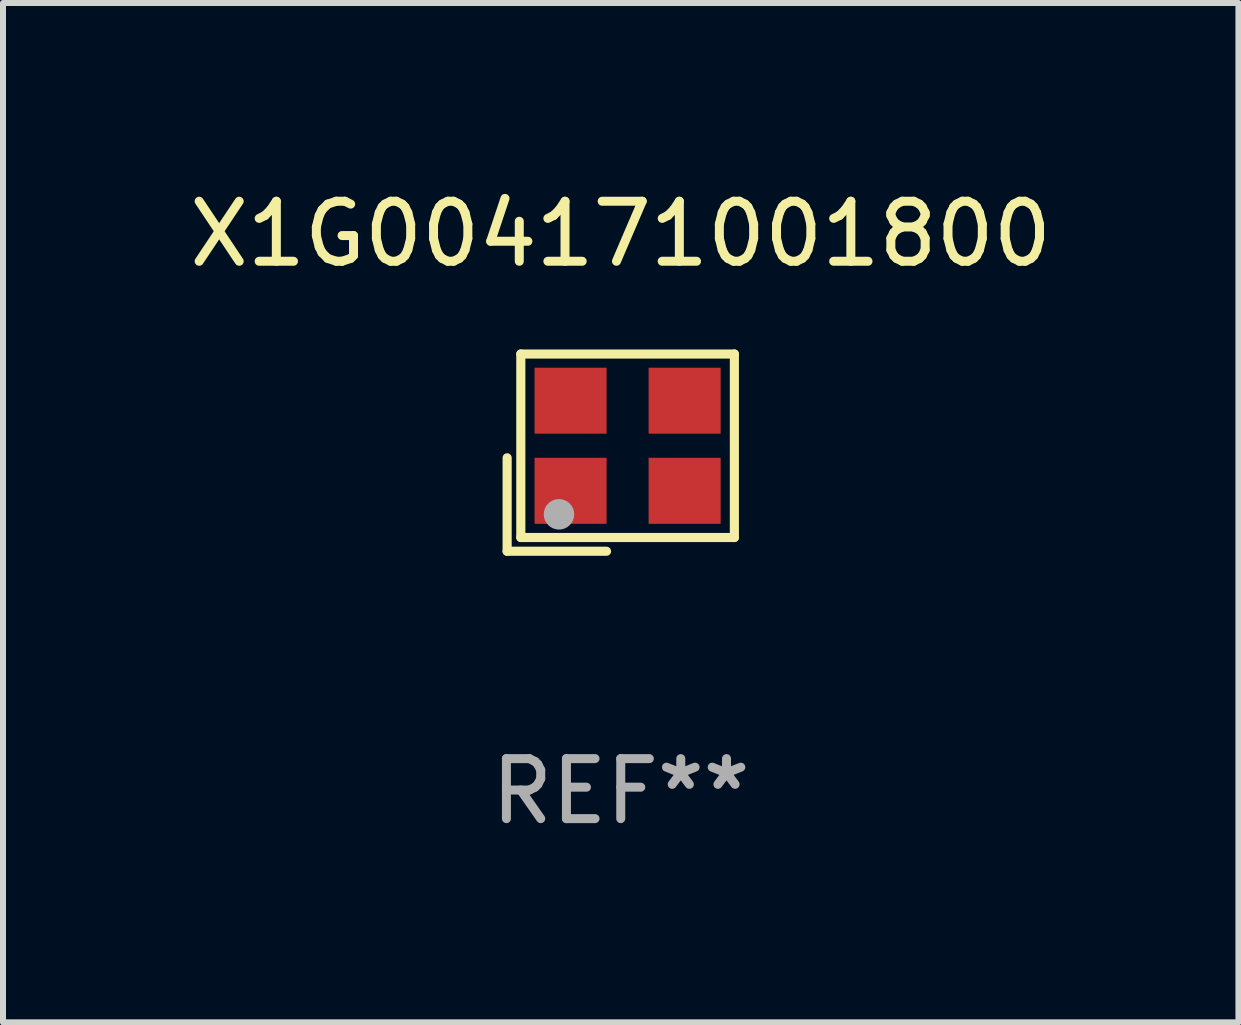
<source format=kicad_pcb>
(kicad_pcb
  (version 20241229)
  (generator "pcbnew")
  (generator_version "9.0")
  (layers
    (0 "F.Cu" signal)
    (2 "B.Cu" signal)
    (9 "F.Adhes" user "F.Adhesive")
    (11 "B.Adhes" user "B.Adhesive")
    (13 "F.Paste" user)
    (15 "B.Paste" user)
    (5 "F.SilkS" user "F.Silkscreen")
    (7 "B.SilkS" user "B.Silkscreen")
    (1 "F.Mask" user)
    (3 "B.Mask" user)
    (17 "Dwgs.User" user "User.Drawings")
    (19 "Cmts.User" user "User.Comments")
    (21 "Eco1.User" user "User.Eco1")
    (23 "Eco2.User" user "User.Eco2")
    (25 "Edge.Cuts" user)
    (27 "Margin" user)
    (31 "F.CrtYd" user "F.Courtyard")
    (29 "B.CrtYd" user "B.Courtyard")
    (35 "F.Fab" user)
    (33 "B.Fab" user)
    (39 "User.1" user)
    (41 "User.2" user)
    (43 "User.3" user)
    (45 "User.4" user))
  (footprint "X1G004171001800"
    (layer "F.Cu")
    (at 7.292 4.491)
    (property "Reference" "X1G004171001800" (at 0 -3.643 0) (layer "F.SilkS") (effects (font (size 1 1) (thickness 0.15))))
    (attr through_hole)
    (fp_line (start -1.893 0.086) (end -1.893 1.643) (stroke (width 0.152) (type solid)) (layer "F.SilkS"))
    (fp_line (start -1.893 1.643) (end -0.237 1.643) (stroke (width 0.152) (type solid)) (layer "F.SilkS"))
    (fp_line (start -1.665 -1.643) (end 1.893 -1.643) (stroke (width 0.152) (type solid)) (layer "F.SilkS"))
    (fp_line (start -1.665 1.414) (end -1.665 -1.643) (stroke (width 0.152) (type solid)) (layer "F.SilkS"))
    (fp_line (start 1.893 -1.643) (end 1.893 1.414) (stroke (width 0.152) (type solid)) (layer "F.SilkS"))
    (fp_line (start 1.893 1.414) (end -1.665 1.414) (stroke (width 0.152) (type solid)) (layer "F.SilkS"))
    (fp_circle (center -1.136 0.885) (end -1.106 0.885) (stroke (width 0.06) (type solid)) (fill no) (layer "F.SilkS"))
    (fp_circle (center -1.029 1.028) (end -0.902 1.028) (stroke (width 0.254) (type solid)) (fill no) (layer "F.Fab"))
    (fp_text user "REF**" (at 0 5.643 0) (layer "F.Fab") (effects (font (size 1 1) (thickness 0.15))))
    (pad "1" smd rect (at -0.836 0.636) (size 1.2 1.1) (layers "F.Cu" "F.Mask" "F.Paste"))
    (pad "2" smd rect (at 1.064 0.636) (size 1.2 1.1) (layers "F.Cu" "F.Mask" "F.Paste"))
    (pad "3" smd rect (at 1.064 -0.865) (size 1.2 1.1) (layers "F.Cu" "F.Mask" "F.Paste"))
    (pad "4" smd rect (at -0.836 -0.865) (size 1.2 1.1) (layers "F.Cu" "F.Mask" "F.Paste")))
  (gr_rect
    (start -3 -3)
    (end 17.583 13.983)
    (stroke (width 0.1) (type default))
    (fill no)
    (layer "Edge.Cuts")))
</source>
